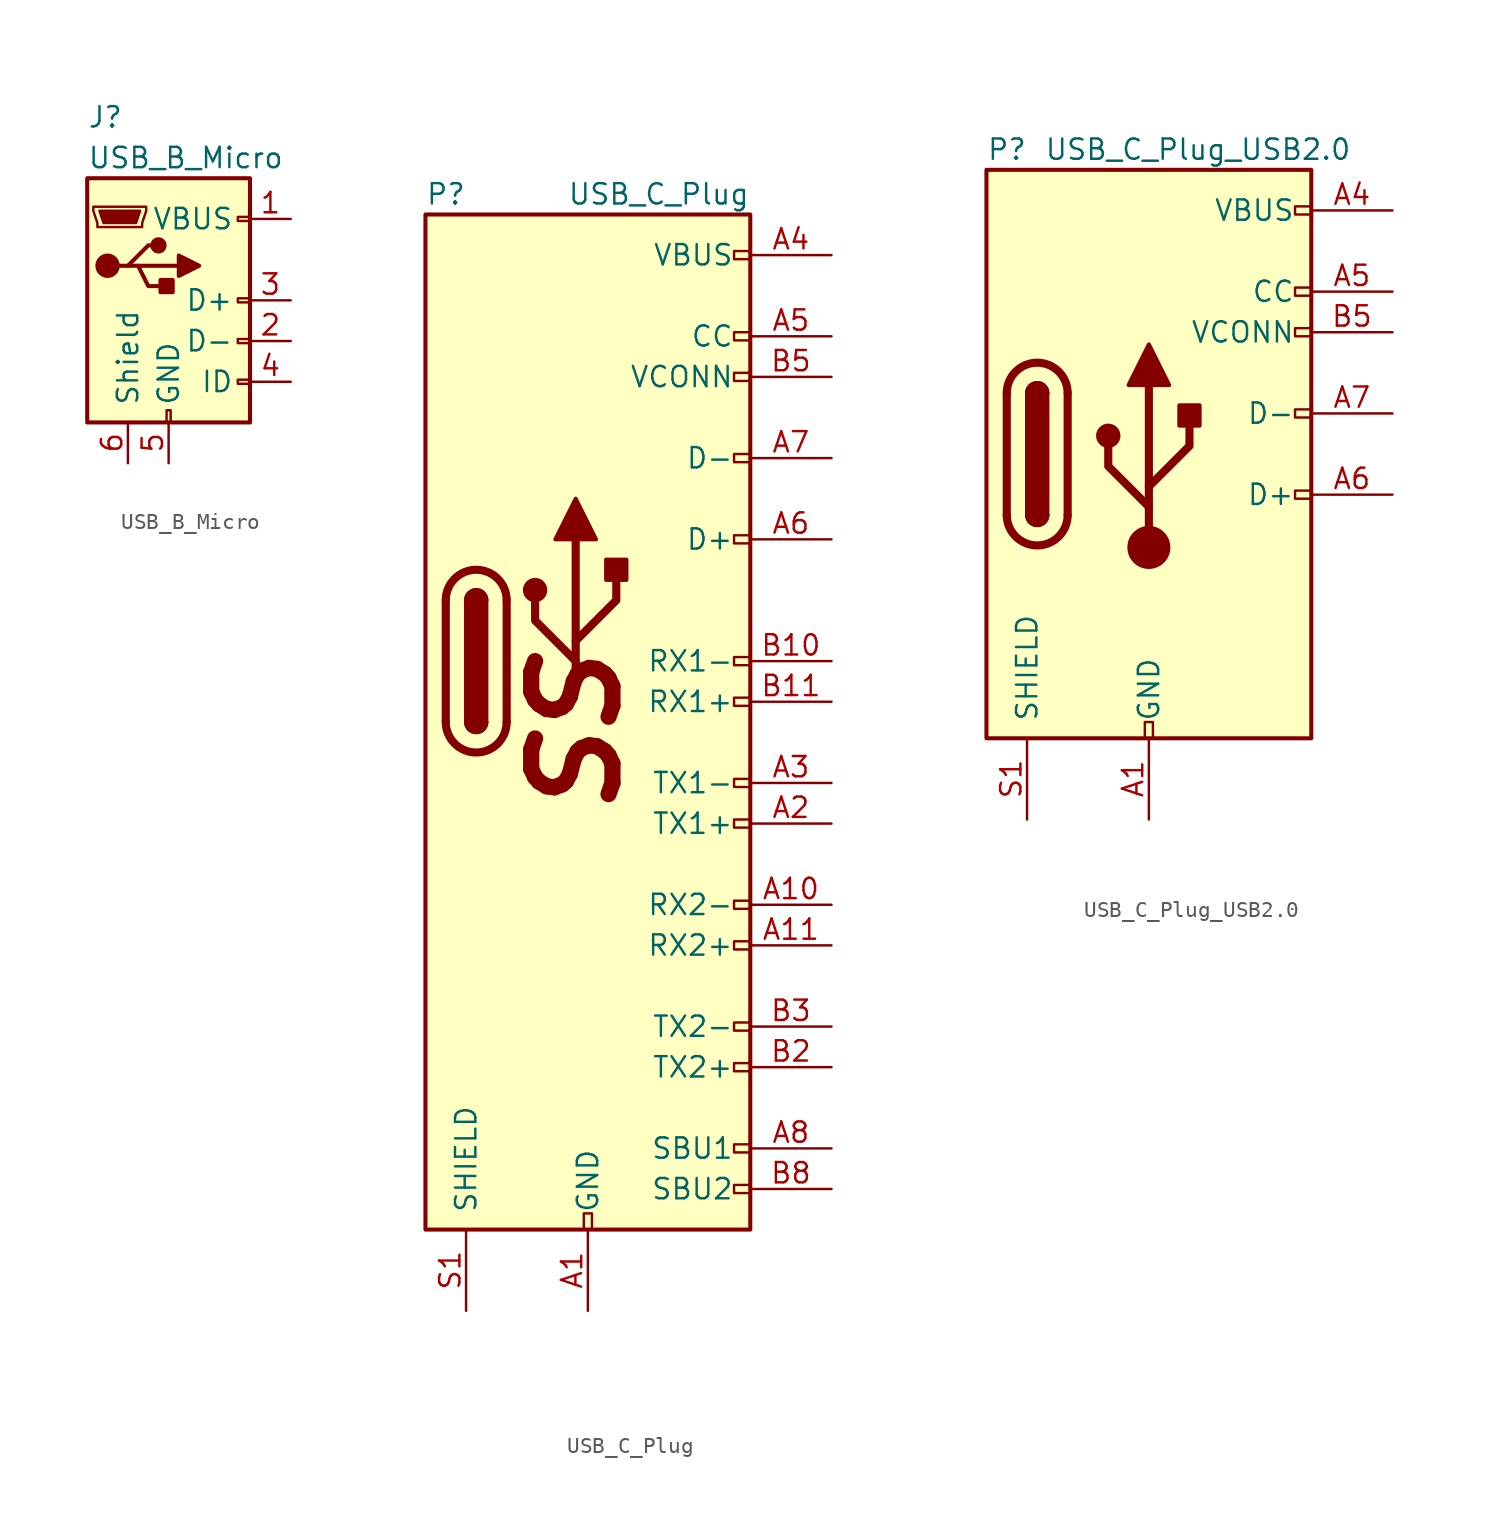
<source format=kicad_sym>
(kicad_symbol_lib
  (version 20211014)
  (generator kicad_symbol_editor)
  (symbol "USB_B_Micro"
    (pin_names
      (offset 1.016))
    (property "Reference" "J"
      (at -5.08 11.43 0)
      (effects (font (size 1.27 1.27)) (justify left)))
    (property "Value" "USB_B_Micro"
      (at -5.08 8.89 0)
      (effects (font (size 1.27 1.27)) (justify left)))
    (symbol "USB_B_Micro_0_1"
      (rectangle (start -5.08 -7.62) (end 5.08 7.62) (stroke (width 0.254) (type default) (color 0 0 0 0)) (fill (type background)))
      (circle (center -3.81 2.159) (radius 0.635) (stroke (width 0.254) (type default) (color 0 0 0 0)) (fill (type outline)))
      (circle (center -0.635 3.429) (radius 0.381) (stroke (width 0.254) (type default) (color 0 0 0 0)) (fill (type outline)))
      (rectangle (start -0.127 -7.62) (end 0.127 -6.858) (stroke (width 0) (type default) (color 0 0 0 0)) (fill (type none)))
      (polyline (pts (xy -1.905 2.159) (xy 0.635 2.159)) (stroke (width 0.254) (type default) (color 0 0 0 0)) (fill (type none)))
      (polyline (pts (xy -3.175 2.159) (xy -2.54 2.159) (xy -1.27 3.429) (xy -0.635 3.429)) (stroke (width 0.254) (type default) (color 0 0 0 0)) (fill (type none)))
      (polyline (pts (xy -2.54 2.159) (xy -1.905 2.159) (xy -1.27 0.889) (xy 0 0.889)) (stroke (width 0.254) (type default) (color 0 0 0 0)) (fill (type none)))
      (polyline (pts (xy 0.635 2.794) (xy 0.635 1.524) (xy 1.905 2.159) (xy 0.635 2.794)) (stroke (width 0.254) (type default) (color 0 0 0 0)) (fill (type outline)))
      (polyline (pts (xy -4.318 5.588) (xy -1.778 5.588) (xy -2.032 4.826) (xy -4.064 4.826) (xy -4.318 5.588)) (stroke (width 0) (type default) (color 0 0 0 0)) (fill (type outline)))
      (polyline (pts (xy -4.699 5.842) (xy -4.699 5.588) (xy -4.445 4.826) (xy -4.445 4.572) (xy -1.651 4.572) (xy -1.651 4.826) (xy -1.397 5.588) (xy -1.397 5.842) (xy -4.699 5.842)) (stroke (width 0) (type default) (color 0 0 0 0)) (fill (type none)))
      (rectangle (start 0.254 1.27) (end -0.508 0.508) (stroke (width 0.254) (type default) (color 0 0 0 0)) (fill (type outline)))
      (rectangle (start 5.08 -5.207) (end 4.318 -4.953) (stroke (width 0) (type default) (color 0 0 0 0)) (fill (type none)))
      (rectangle (start 5.08 -2.667) (end 4.318 -2.413) (stroke (width 0) (type default) (color 0 0 0 0)) (fill (type none)))
      (rectangle (start 5.08 -0.127) (end 4.318 0.127) (stroke (width 0) (type default) (color 0 0 0 0)) (fill (type none)))
      (rectangle (start 5.08 4.953) (end 4.318 5.207) (stroke (width 0) (type default) (color 0 0 0 0)) (fill (type none))))
    (symbol "USB_B_Micro_1_1"
      (pin power_out line (at 7.62 5.08 180) (length 2.54) (name "VBUS" (effects (font (size 1.27 1.27)))) (number "1" (effects (font (size 1.27 1.27)))))
      (pin passive line (at 7.62 -2.54 180) (length 2.54) (name "D-" (effects (font (size 1.27 1.27)))) (number "2" (effects (font (size 1.27 1.27)))))
      (pin passive line (at 7.62 0 180) (length 2.54) (name "D+" (effects (font (size 1.27 1.27)))) (number "3" (effects (font (size 1.27 1.27)))))
      (pin passive line (at 7.62 -5.08 180) (length 2.54) (name "ID" (effects (font (size 1.27 1.27)))) (number "4" (effects (font (size 1.27 1.27)))))
      (pin power_out line (at 0 -10.16 90) (length 2.54) (name "GND" (effects (font (size 1.27 1.27)))) (number "5" (effects (font (size 1.27 1.27)))))
      (pin passive line (at -2.54 -10.16 90) (length 2.54) (name "Shield" (effects (font (size 1.27 1.27)))) (number "6" (effects (font (size 1.27 1.27)))))))
  (symbol "USB_C_Plug"
    (pin_names
      (offset 1.016))
    (property "Reference" "P"
      (at -10.16 29.21 0)
      (effects (font (size 1.27 1.27)) (justify left)))
    (property "Value" "USB_C_Plug"
      (at 10.16 29.21 0)
      (effects (font (size 1.27 1.27)) (justify right)))
    (symbol "USB_C_Plug_0_0"
      (rectangle (start -0.254 -35.56) (end 0.254 -34.544) (stroke (width 0) (type default) (color 0 0 0 0)) (fill (type none)))
      (rectangle (start 10.16 -32.766) (end 9.144 -33.274) (stroke (width 0) (type default) (color 0 0 0 0)) (fill (type none)))
      (rectangle (start 10.16 -30.226) (end 9.144 -30.734) (stroke (width 0) (type default) (color 0 0 0 0)) (fill (type none)))
      (rectangle (start 10.16 -25.146) (end 9.144 -25.654) (stroke (width 0) (type default) (color 0 0 0 0)) (fill (type none)))
      (rectangle (start 10.16 -22.606) (end 9.144 -23.114) (stroke (width 0) (type default) (color 0 0 0 0)) (fill (type none)))
      (rectangle (start 10.16 -17.526) (end 9.144 -18.034) (stroke (width 0) (type default) (color 0 0 0 0)) (fill (type none)))
      (rectangle (start 10.16 -14.986) (end 9.144 -15.494) (stroke (width 0) (type default) (color 0 0 0 0)) (fill (type none)))
      (rectangle (start 10.16 -9.906) (end 9.144 -10.414) (stroke (width 0) (type default) (color 0 0 0 0)) (fill (type none)))
      (rectangle (start 10.16 -7.366) (end 9.144 -7.874) (stroke (width 0) (type default) (color 0 0 0 0)) (fill (type none)))
      (rectangle (start 10.16 -2.286) (end 9.144 -2.794) (stroke (width 0) (type default) (color 0 0 0 0)) (fill (type none)))
      (rectangle (start 10.16 0.254) (end 9.144 -0.254) (stroke (width 0) (type default) (color 0 0 0 0)) (fill (type none)))
      (rectangle (start 10.16 7.874) (end 9.144 7.366) (stroke (width 0) (type default) (color 0 0 0 0)) (fill (type none)))
      (rectangle (start 10.16 12.954) (end 9.144 12.446) (stroke (width 0) (type default) (color 0 0 0 0)) (fill (type none)))
      (rectangle (start 10.16 18.034) (end 9.144 17.526) (stroke (width 0) (type default) (color 0 0 0 0)) (fill (type none)))
      (rectangle (start 10.16 20.574) (end 9.144 20.066) (stroke (width 0) (type default) (color 0 0 0 0)) (fill (type none)))
      (rectangle (start 10.16 25.654) (end 9.144 25.146) (stroke (width 0) (type default) (color 0 0 0 0)) (fill (type none)))
      (text "SS" (at -0.762 -4.445 900) (effects (font (size 5.08 5.08) bold italic))))
    (symbol "USB_C_Plug_0_1"
      (rectangle (start -10.16 27.94) (end 10.16 -35.56) (stroke (width 0.254) (type default) (color 0 0 0 0)) (fill (type background)))
      (arc (start -8.89 -3.81) (mid -6.985 -5.715) (end -5.08 -3.81) (stroke (width 0.508) (type default) (color 0 0 0 0)) (fill (type none)))
      (arc (start -7.62 -3.81) (mid -6.985 -4.445) (end -6.35 -3.81) (stroke (width 0.254) (type default) (color 0 0 0 0)) (fill (type none)))
      (arc (start -7.62 -3.81) (mid -6.985 -4.445) (end -6.35 -3.81) (stroke (width 0.254) (type default) (color 0 0 0 0)) (fill (type outline)))
      (rectangle (start -7.62 -3.81) (end -6.35 3.81) (stroke (width 0.254) (type default) (color 0 0 0 0)) (fill (type outline)))
      (arc (start -6.35 3.81) (mid -6.985 4.445) (end -7.62 3.81) (stroke (width 0.254) (type default) (color 0 0 0 0)) (fill (type none)))
      (arc (start -6.35 3.81) (mid -6.985 4.445) (end -7.62 3.81) (stroke (width 0.254) (type default) (color 0 0 0 0)) (fill (type outline)))
      (arc (start -5.08 3.81) (mid -6.985 5.715) (end -8.89 3.81) (stroke (width 0.508) (type default) (color 0 0 0 0)) (fill (type none)))
      (circle (center -3.302 4.445) (radius 0.635) (stroke (width 0.254) (type default) (color 0 0 0 0)) (fill (type outline)))
      (polyline (pts (xy -8.89 -3.81) (xy -8.89 3.81)) (stroke (width 0.508) (type default) (color 0 0 0 0)) (fill (type none)))
      (polyline (pts (xy -5.08 3.81) (xy -5.08 -3.81)) (stroke (width 0.508) (type default) (color 0 0 0 0)) (fill (type none)))
      (polyline (pts (xy -0.762 -1.27) (xy -0.762 7.62)) (stroke (width 0.508) (type default) (color 0 0 0 0)) (fill (type none)))
      (polyline (pts (xy -0.762 0) (xy -3.302 2.54) (xy -3.302 3.81)) (stroke (width 0.508) (type default) (color 0 0 0 0)) (fill (type none)))
      (polyline (pts (xy -0.762 1.27) (xy 1.778 3.81) (xy 1.778 5.08)) (stroke (width 0.508) (type default) (color 0 0 0 0)) (fill (type none)))
      (polyline (pts (xy -2.032 7.62) (xy -0.762 10.16) (xy 0.508 7.62) (xy -2.032 7.62)) (stroke (width 0.254) (type default) (color 0 0 0 0)) (fill (type outline)))
      (rectangle (start 1.143 5.08) (end 2.413 6.35) (stroke (width 0.254) (type default) (color 0 0 0 0)) (fill (type outline))))
    (symbol "USB_C_Plug_1_1"
      (pin power_in line (at 0 -40.64 90) (length 5.08) (name "GND" (effects (font (size 1.27 1.27)))) (number "A1" (effects (font (size 1.27 1.27)))))
      (pin bidirectional line (at 15.24 -15.24 180) (length 5.08) (name "RX2-" (effects (font (size 1.27 1.27)))) (number "A10" (effects (font (size 1.27 1.27)))))
      (pin bidirectional line (at 15.24 -17.78 180) (length 5.08) (name "RX2+" (effects (font (size 1.27 1.27)))) (number "A11" (effects (font (size 1.27 1.27)))))
      (pin passive line (at 0 -40.64 90) (length 5.08) hide (name "GND" (effects (font (size 1.27 1.27)))) (number "A12" (effects (font (size 1.27 1.27)))))
      (pin bidirectional line (at 15.24 -10.16 180) (length 5.08) (name "TX1+" (effects (font (size 1.27 1.27)))) (number "A2" (effects (font (size 1.27 1.27)))))
      (pin bidirectional line (at 15.24 -7.62 180) (length 5.08) (name "TX1-" (effects (font (size 1.27 1.27)))) (number "A3" (effects (font (size 1.27 1.27)))))
      (pin power_in line (at 15.24 25.4 180) (length 5.08) (name "VBUS" (effects (font (size 1.27 1.27)))) (number "A4" (effects (font (size 1.27 1.27)))))
      (pin bidirectional line (at 15.24 20.32 180) (length 5.08) (name "CC" (effects (font (size 1.27 1.27)))) (number "A5" (effects (font (size 1.27 1.27)))))
      (pin bidirectional line (at 15.24 7.62 180) (length 5.08) (name "D+" (effects (font (size 1.27 1.27)))) (number "A6" (effects (font (size 1.27 1.27)))))
      (pin bidirectional line (at 15.24 12.7 180) (length 5.08) (name "D-" (effects (font (size 1.27 1.27)))) (number "A7" (effects (font (size 1.27 1.27)))))
      (pin bidirectional line (at 15.24 -30.48 180) (length 5.08) (name "SBU1" (effects (font (size 1.27 1.27)))) (number "A8" (effects (font (size 1.27 1.27)))))
      (pin passive line (at 15.24 25.4 180) (length 5.08) hide (name "VBUS" (effects (font (size 1.27 1.27)))) (number "A9" (effects (font (size 1.27 1.27)))))
      (pin passive line (at 0 -40.64 90) (length 5.08) hide (name "GND" (effects (font (size 1.27 1.27)))) (number "B1" (effects (font (size 1.27 1.27)))))
      (pin bidirectional line (at 15.24 0 180) (length 5.08) (name "RX1-" (effects (font (size 1.27 1.27)))) (number "B10" (effects (font (size 1.27 1.27)))))
      (pin bidirectional line (at 15.24 -2.54 180) (length 5.08) (name "RX1+" (effects (font (size 1.27 1.27)))) (number "B11" (effects (font (size 1.27 1.27)))))
      (pin passive line (at 0 -40.64 90) (length 5.08) hide (name "GND" (effects (font (size 1.27 1.27)))) (number "B12" (effects (font (size 1.27 1.27)))))
      (pin bidirectional line (at 15.24 -25.4 180) (length 5.08) (name "TX2+" (effects (font (size 1.27 1.27)))) (number "B2" (effects (font (size 1.27 1.27)))))
      (pin bidirectional line (at 15.24 -22.86 180) (length 5.08) (name "TX2-" (effects (font (size 1.27 1.27)))) (number "B3" (effects (font (size 1.27 1.27)))))
      (pin passive line (at 15.24 25.4 180) (length 5.08) hide (name "VBUS" (effects (font (size 1.27 1.27)))) (number "B4" (effects (font (size 1.27 1.27)))))
      (pin bidirectional line (at 15.24 17.78 180) (length 5.08) (name "VCONN" (effects (font (size 1.27 1.27)))) (number "B5" (effects (font (size 1.27 1.27)))))
      (pin bidirectional line (at 15.24 -33.02 180) (length 5.08) (name "SBU2" (effects (font (size 1.27 1.27)))) (number "B8" (effects (font (size 1.27 1.27)))))
      (pin passive line (at 15.24 25.4 180) (length 5.08) hide (name "VBUS" (effects (font (size 1.27 1.27)))) (number "B9" (effects (font (size 1.27 1.27)))))
      (pin passive line (at -7.62 -40.64 90) (length 5.08) (name "SHIELD" (effects (font (size 1.27 1.27)))) (number "S1" (effects (font (size 1.27 1.27)))))))
  (symbol "USB_C_Plug_USB2.0"
    (pin_names
      (offset 1.016))
    (property "Reference" "P"
      (at -10.16 19.05 0)
      (effects (font (size 1.27 1.27)) (justify left)))
    (property "Value" "USB_C_Plug_USB2.0"
      (at 12.7 19.05 0)
      (effects (font (size 1.27 1.27)) (justify right)))
    (symbol "USB_C_Plug_USB2.0_0_0"
      (rectangle (start -0.254 -17.78) (end 0.254 -16.764) (stroke (width 0) (type default) (color 0 0 0 0)) (fill (type none)))
      (rectangle (start 10.16 -2.286) (end 9.144 -2.794) (stroke (width 0) (type default) (color 0 0 0 0)) (fill (type none)))
      (rectangle (start 10.16 2.794) (end 9.144 2.286) (stroke (width 0) (type default) (color 0 0 0 0)) (fill (type none)))
      (rectangle (start 10.16 7.874) (end 9.144 7.366) (stroke (width 0) (type default) (color 0 0 0 0)) (fill (type none)))
      (rectangle (start 10.16 10.414) (end 9.144 9.906) (stroke (width 0) (type default) (color 0 0 0 0)) (fill (type none)))
      (rectangle (start 10.16 15.494) (end 9.144 14.986) (stroke (width 0) (type default) (color 0 0 0 0)) (fill (type none))))
    (symbol "USB_C_Plug_USB2.0_0_1"
      (rectangle (start -10.16 17.78) (end 10.16 -17.78) (stroke (width 0.254) (type default) (color 0 0 0 0)) (fill (type background)))
      (arc (start -8.89 -3.81) (mid -6.985 -5.715) (end -5.08 -3.81) (stroke (width 0.508) (type default) (color 0 0 0 0)) (fill (type none)))
      (arc (start -7.62 -3.81) (mid -6.985 -4.445) (end -6.35 -3.81) (stroke (width 0.254) (type default) (color 0 0 0 0)) (fill (type none)))
      (arc (start -7.62 -3.81) (mid -6.985 -4.445) (end -6.35 -3.81) (stroke (width 0.254) (type default) (color 0 0 0 0)) (fill (type outline)))
      (rectangle (start -7.62 -3.81) (end -6.35 3.81) (stroke (width 0.254) (type default) (color 0 0 0 0)) (fill (type outline)))
      (arc (start -6.35 3.81) (mid -6.985 4.445) (end -7.62 3.81) (stroke (width 0.254) (type default) (color 0 0 0 0)) (fill (type none)))
      (arc (start -6.35 3.81) (mid -6.985 4.445) (end -7.62 3.81) (stroke (width 0.254) (type default) (color 0 0 0 0)) (fill (type outline)))
      (arc (start -5.08 3.81) (mid -6.985 5.715) (end -8.89 3.81) (stroke (width 0.508) (type default) (color 0 0 0 0)) (fill (type none)))
      (circle (center -2.54 1.143) (radius 0.635) (stroke (width 0.254) (type default) (color 0 0 0 0)) (fill (type outline)))
      (circle (center 0 -5.842) (radius 1.27) (stroke (width 0) (type default) (color 0 0 0 0)) (fill (type outline)))
      (polyline (pts (xy -8.89 -3.81) (xy -8.89 3.81)) (stroke (width 0.508) (type default) (color 0 0 0 0)) (fill (type none)))
      (polyline (pts (xy -5.08 3.81) (xy -5.08 -3.81)) (stroke (width 0.508) (type default) (color 0 0 0 0)) (fill (type none)))
      (polyline (pts (xy 0 -5.842) (xy 0 4.318)) (stroke (width 0.508) (type default) (color 0 0 0 0)) (fill (type none)))
      (polyline (pts (xy 0 -3.302) (xy -2.54 -0.762) (xy -2.54 0.508)) (stroke (width 0.508) (type default) (color 0 0 0 0)) (fill (type none)))
      (polyline (pts (xy 0 -2.032) (xy 2.54 0.508) (xy 2.54 1.778)) (stroke (width 0.508) (type default) (color 0 0 0 0)) (fill (type none)))
      (polyline (pts (xy -1.27 4.318) (xy 0 6.858) (xy 1.27 4.318) (xy -1.27 4.318)) (stroke (width 0.254) (type default) (color 0 0 0 0)) (fill (type outline)))
      (rectangle (start 1.905 1.778) (end 3.175 3.048) (stroke (width 0.254) (type default) (color 0 0 0 0)) (fill (type outline))))
    (symbol "USB_C_Plug_USB2.0_1_1"
      (pin power_in line (at 0 -22.86 90) (length 5.08) (name "GND" (effects (font (size 1.27 1.27)))) (number "A1" (effects (font (size 1.27 1.27)))))
      (pin passive line (at 0 -22.86 90) (length 5.08) hide (name "GND" (effects (font (size 1.27 1.27)))) (number "A12" (effects (font (size 1.27 1.27)))))
      (pin power_in line (at 15.24 15.24 180) (length 5.08) (name "VBUS" (effects (font (size 1.27 1.27)))) (number "A4" (effects (font (size 1.27 1.27)))))
      (pin bidirectional line (at 15.24 10.16 180) (length 5.08) (name "CC" (effects (font (size 1.27 1.27)))) (number "A5" (effects (font (size 1.27 1.27)))))
      (pin bidirectional line (at 15.24 -2.54 180) (length 5.08) (name "D+" (effects (font (size 1.27 1.27)))) (number "A6" (effects (font (size 1.27 1.27)))))
      (pin bidirectional line (at 15.24 2.54 180) (length 5.08) (name "D-" (effects (font (size 1.27 1.27)))) (number "A7" (effects (font (size 1.27 1.27)))))
      (pin passive line (at 15.24 15.24 180) (length 5.08) hide (name "VBUS" (effects (font (size 1.27 1.27)))) (number "A9" (effects (font (size 1.27 1.27)))))
      (pin passive line (at 0 -22.86 90) (length 5.08) hide (name "GND" (effects (font (size 1.27 1.27)))) (number "B1" (effects (font (size 1.27 1.27)))))
      (pin passive line (at 0 -22.86 90) (length 5.08) hide (name "GND" (effects (font (size 1.27 1.27)))) (number "B12" (effects (font (size 1.27 1.27)))))
      (pin passive line (at 15.24 15.24 180) (length 5.08) hide (name "VBUS" (effects (font (size 1.27 1.27)))) (number "B4" (effects (font (size 1.27 1.27)))))
      (pin bidirectional line (at 15.24 7.62 180) (length 5.08) (name "VCONN" (effects (font (size 1.27 1.27)))) (number "B5" (effects (font (size 1.27 1.27)))))
      (pin passive line (at 15.24 15.24 180) (length 5.08) hide (name "VBUS" (effects (font (size 1.27 1.27)))) (number "B9" (effects (font (size 1.27 1.27)))))
      (pin passive line (at -7.62 -22.86 90) (length 5.08) (name "SHIELD" (effects (font (size 1.27 1.27)))) (number "S1" (effects (font (size 1.27 1.27))))))))
</source>
